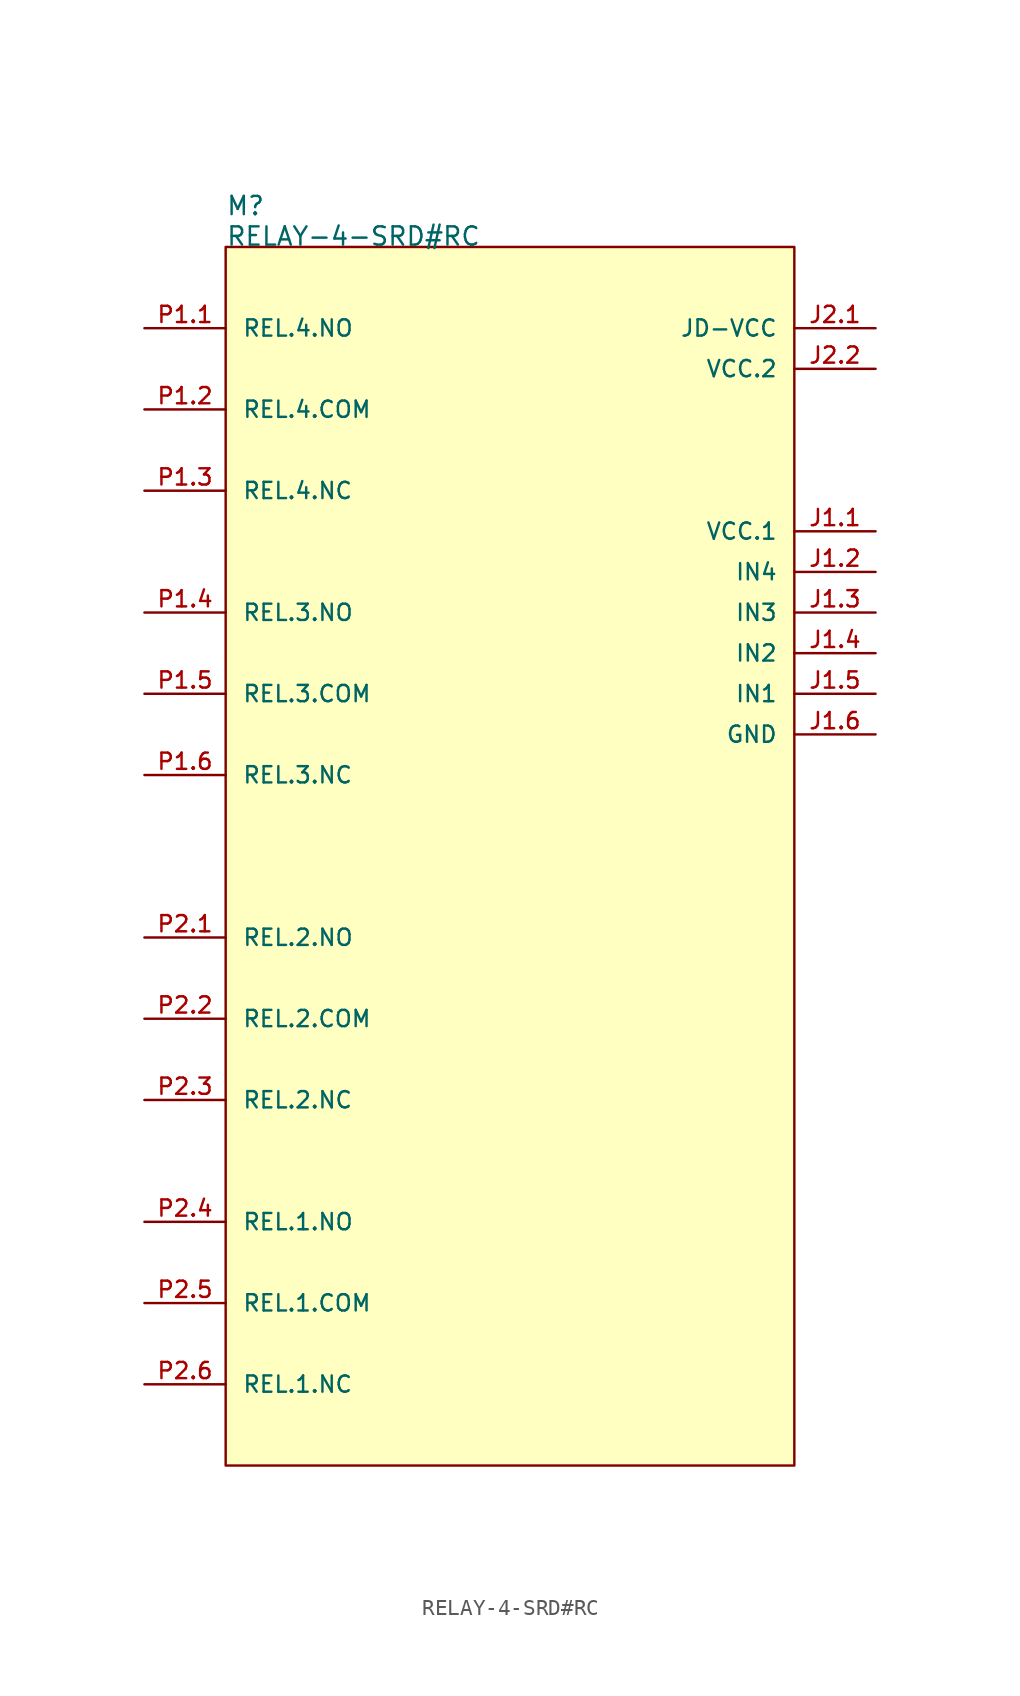
<source format=kicad_sym>
(kicad_symbol_lib
  (version 20211014)
  (generator kicad_symbol_editor)
  (symbol "RELAY-4-SRD#RC"
    (pin_names
      (offset 1.016))
    (property "Reference" "M"
      (at -17.78 40.005 0)
      (effects (font (size 1.143 1.143)) (justify left bottom)))
    (property "Value" "RELAY-4-SRD#RC"
      (at -17.78 38.1 0)
      (effects (font (size 1.143 1.143)) (justify left bottom)))
    (property "ki_locked" ""
      (at 0 0 0)
      (effects (font (size 1.27 1.27))))
    (symbol "RELAY-4-SRD#RC_1_1"
      (rectangle (start -17.78 38.1) (end 17.78 -38.1) (stroke (width 0) (type default) (color 0 0 0 0)) (fill (type background)))
      (pin power_in line (at 22.86 20.32 180) (length 5.08) (name "VCC.1" (effects (font (size 1.016 1.016)))) (number "J1.1" (effects (font (size 1.016 1.016)))))
      (pin bidirectional line (at 22.86 17.78 180) (length 5.08) (name "IN4" (effects (font (size 1.016 1.016)))) (number "J1.2" (effects (font (size 1.016 1.016)))))
      (pin bidirectional line (at 22.86 15.24 180) (length 5.08) (name "IN3" (effects (font (size 1.016 1.016)))) (number "J1.3" (effects (font (size 1.016 1.016)))))
      (pin bidirectional line (at 22.86 12.7 180) (length 5.08) (name "IN2" (effects (font (size 1.016 1.016)))) (number "J1.4" (effects (font (size 1.016 1.016)))))
      (pin bidirectional line (at 22.86 10.16 180) (length 5.08) (name "IN1" (effects (font (size 1.016 1.016)))) (number "J1.5" (effects (font (size 1.016 1.016)))))
      (pin power_in line (at 22.86 7.62 180) (length 5.08) (name "GND" (effects (font (size 1.016 1.016)))) (number "J1.6" (effects (font (size 1.016 1.016)))))
      (pin bidirectional line (at 22.86 33.02 180) (length 5.08) (name "JD-VCC" (effects (font (size 1.016 1.016)))) (number "J2.1" (effects (font (size 1.016 1.016)))))
      (pin power_in line (at 22.86 30.48 180) (length 5.08) (name "VCC.2" (effects (font (size 1.016 1.016)))) (number "J2.2" (effects (font (size 1.016 1.016)))))
      (pin bidirectional line (at -22.86 33.02 0) (length 5.08) (name "REL.4.NO" (effects (font (size 1.016 1.016)))) (number "P1.1" (effects (font (size 1.016 1.016)))))
      (pin bidirectional line (at -22.86 27.94 0) (length 5.08) (name "REL.4.COM" (effects (font (size 1.016 1.016)))) (number "P1.2" (effects (font (size 1.016 1.016)))))
      (pin bidirectional line (at -22.86 22.86 0) (length 5.08) (name "REL.4.NC" (effects (font (size 1.016 1.016)))) (number "P1.3" (effects (font (size 1.016 1.016)))))
      (pin bidirectional line (at -22.86 15.24 0) (length 5.08) (name "REL.3.NO" (effects (font (size 1.016 1.016)))) (number "P1.4" (effects (font (size 1.016 1.016)))))
      (pin bidirectional line (at -22.86 10.16 0) (length 5.08) (name "REL.3.COM" (effects (font (size 1.016 1.016)))) (number "P1.5" (effects (font (size 1.016 1.016)))))
      (pin bidirectional line (at -22.86 5.08 0) (length 5.08) (name "REL.3.NC" (effects (font (size 1.016 1.016)))) (number "P1.6" (effects (font (size 1.016 1.016)))))
      (pin bidirectional line (at -22.86 -5.08 0) (length 5.08) (name "REL.2.NO" (effects (font (size 1.016 1.016)))) (number "P2.1" (effects (font (size 1.016 1.016)))))
      (pin bidirectional line (at -22.86 -10.16 0) (length 5.08) (name "REL.2.COM" (effects (font (size 1.016 1.016)))) (number "P2.2" (effects (font (size 1.016 1.016)))))
      (pin bidirectional line (at -22.86 -15.24 0) (length 5.08) (name "REL.2.NC" (effects (font (size 1.016 1.016)))) (number "P2.3" (effects (font (size 1.016 1.016)))))
      (pin bidirectional line (at -22.86 -22.86 0) (length 5.08) (name "REL.1.NO" (effects (font (size 1.016 1.016)))) (number "P2.4" (effects (font (size 1.016 1.016)))))
      (pin bidirectional line (at -22.86 -27.94 0) (length 5.08) (name "REL.1.COM" (effects (font (size 1.016 1.016)))) (number "P2.5" (effects (font (size 1.016 1.016)))))
      (pin bidirectional line (at -22.86 -33.02 0) (length 5.08) (name "REL.1.NC" (effects (font (size 1.016 1.016)))) (number "P2.6" (effects (font (size 1.016 1.016))))))))
</source>
